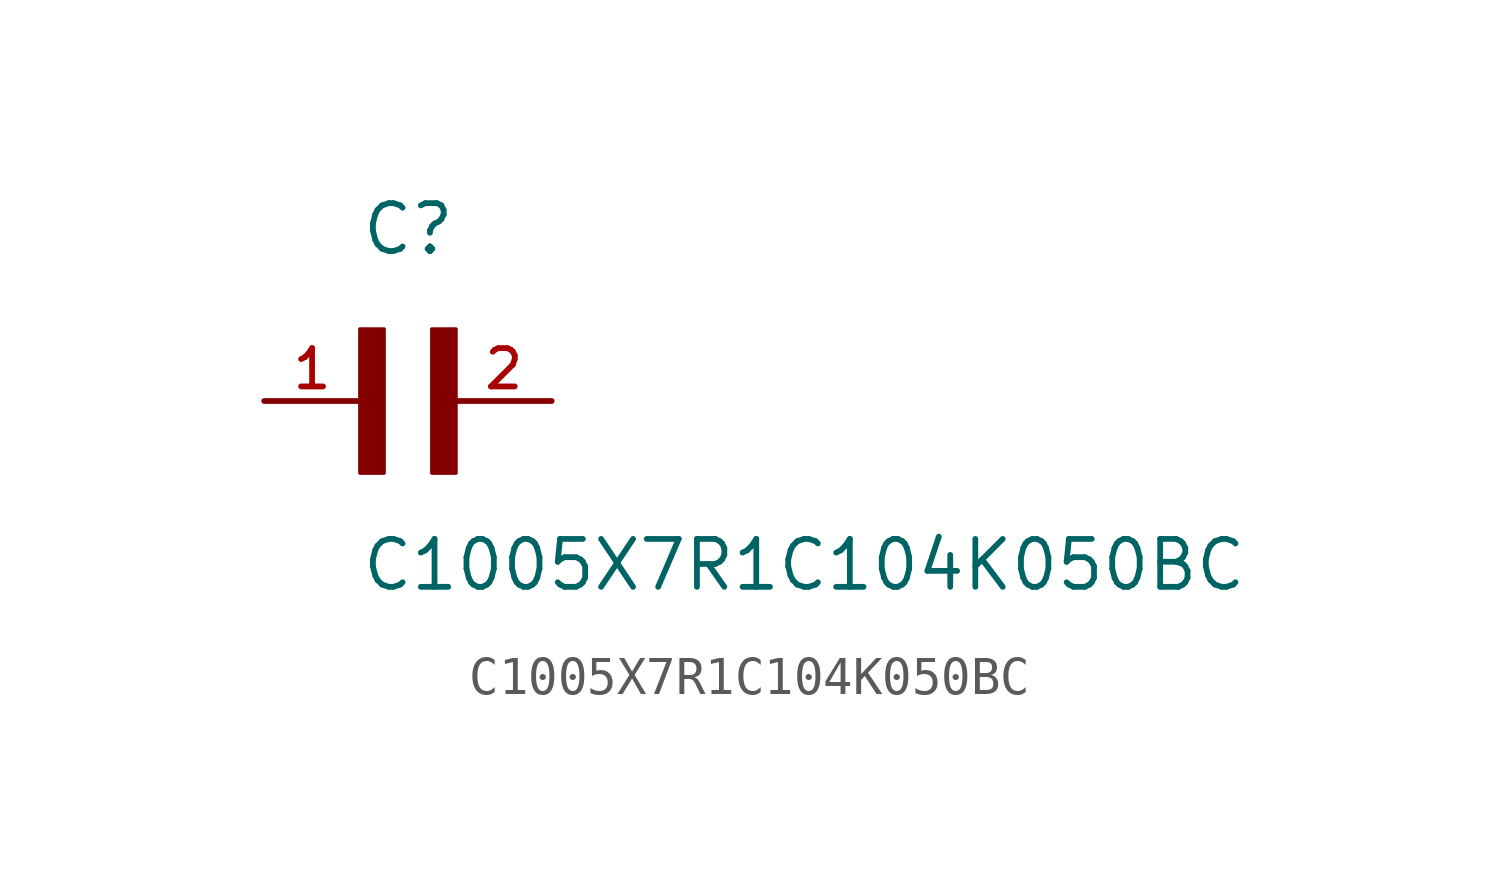
<source format=kicad_sym>
(kicad_symbol_lib
  (version 20211014)
  (generator kicad_symbol_editor)
  (symbol "C1005X7R1C104K050BC"
    (pin_names
      (offset 1.016))
    (property "Reference" "C"
      (at 0.0 3.811 0)
      (effects (font (size 1.27 1.27)) (justify bottom left)))
    (property "Value" "C1005X7R1C104K050BC"
      (at 0.0 -5.088 0)
      (effects (font (size 1.27 1.27)) (justify bottom left)))
    (symbol "C1005X7R1C104K050BC_0_0"
      (rectangle (start 0.0 -1.907) (end 0.635 1.905) (stroke (width 0.1)) (fill (type outline)))
      (rectangle (start 1.907 -1.907) (end 2.54 1.905) (stroke (width 0.1)) (fill (type outline)))
      (pin passive line (at 5.08 0.0 180.0) (length 2.54) (name "~" (effects (font (size 1.016 1.016)))) (number "2" (effects (font (size 1.016 1.016)))))
      (pin passive line (at -2.54 0.0 0) (length 2.54) (name "~" (effects (font (size 1.016 1.016)))) (number "1" (effects (font (size 1.016 1.016))))))))
</source>
